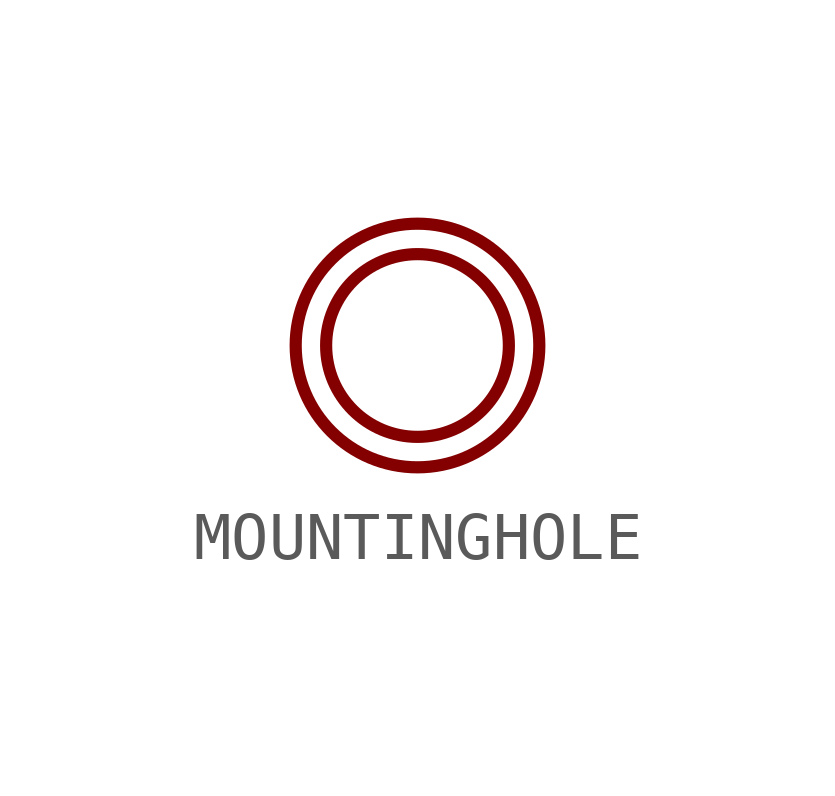
<source format=kicad_sym>
(kicad_symbol_lib
  (version 20201005)
  (generator kicad_symbol_editor)
  (symbol "MOUNTINGHOLE"
    (property "Reference" ""
      (at 0 0 0)
      (effects (font (size 1.27 1.27)) hide))
    (property "ki_locked" ""
      (at 0 0 0)
      (effects (font (size 1.27 1.27))))
    (symbol "MOUNTINGHOLE_1_0"
      (circle (center 0 0) (radius 1.905) (stroke (width 0.254)) (fill (type none)))
      (circle (center 0 0) (radius 2.54) (stroke (width 0.254)) (fill (type none))))))
</source>
